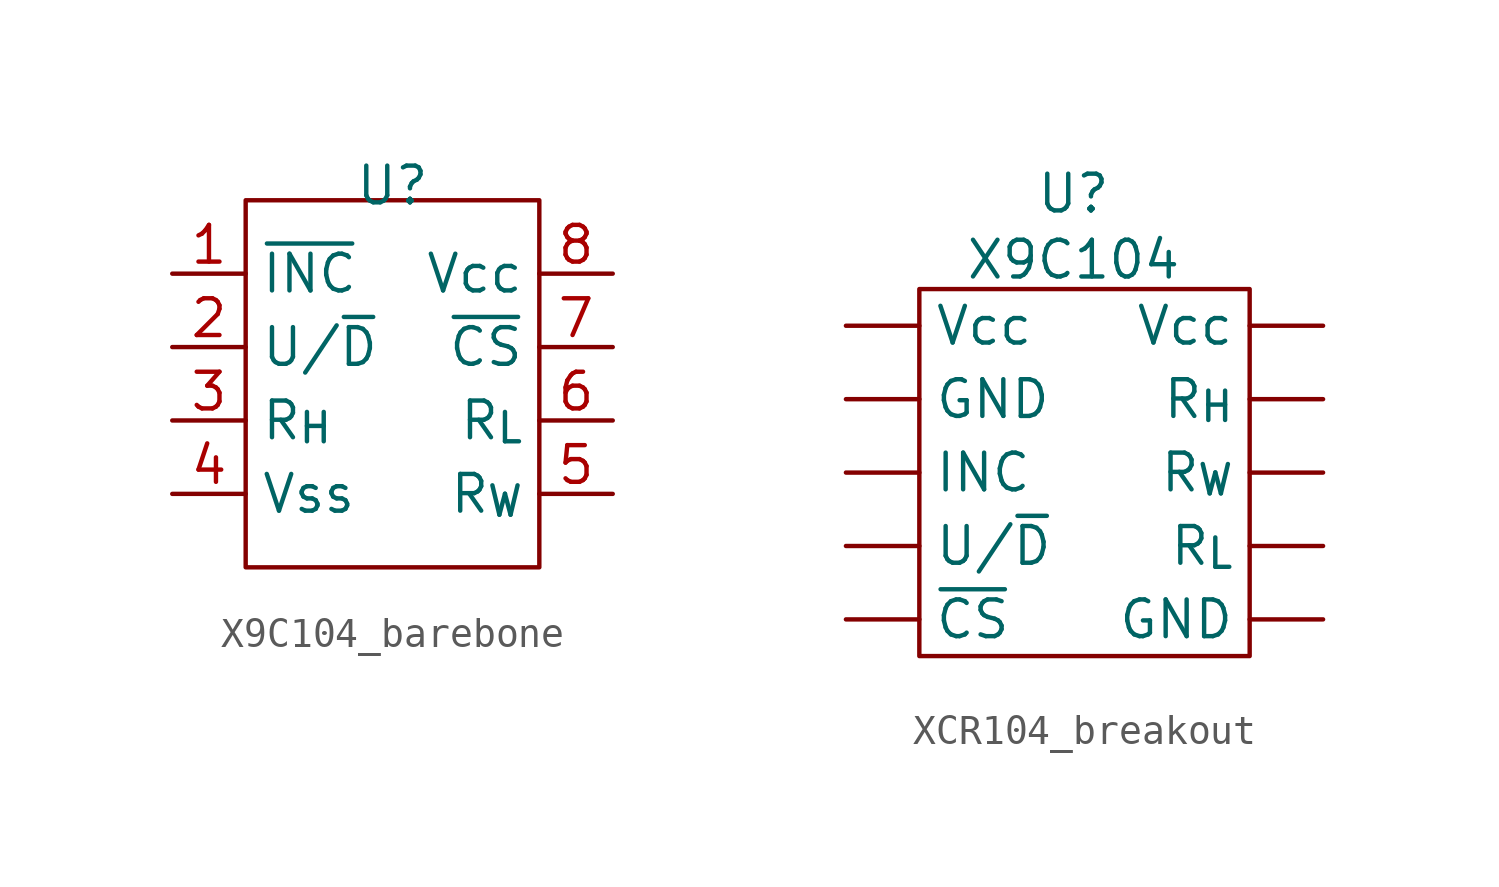
<source format=kicad_sym>
(kicad_symbol_lib
  (version 20231120)
  (generator "kicad_symbol_editor")
  (generator_version "8.0")
  (symbol "X9C104_barebone"
    (property "Reference" "U"
      (at 0 6.858 0)
      (effects (font (size 1.27 1.27))))
    (property "Value" ""
      (at 0 3.81 0)
      (effects (font (size 1.27 1.27))))
    (symbol "X9C104_barebone_0_1"
      (rectangle (start -5.08 6.35) (end 5.08 -6.35) (stroke (width 0) (type default)) (fill (type none))))
    (symbol "X9C104_barebone_1_1"
      (pin input line (at -7.62 3.81 0) (length 2.54) (name "~{INC}" (effects (font (size 1.27 1.27)))) (number "1" (effects (font (size 1.27 1.27)))))
      (pin input line (at -7.62 1.27 0) (length 2.54) (name "U/~{D}" (effects (font (size 1.27 1.27)))) (number "2" (effects (font (size 1.27 1.27)))))
      (pin input line (at -7.62 -1.27 0) (length 2.54) (name "R_{H}" (effects (font (size 1.27 1.27)))) (number "3" (effects (font (size 1.27 1.27)))))
      (pin input line (at -7.62 -3.81 0) (length 2.54) (name "Vss" (effects (font (size 1.27 1.27)))) (number "4" (effects (font (size 1.27 1.27)))))
      (pin input line (at 7.62 -3.81 180) (length 2.54) (name "R_{W}" (effects (font (size 1.27 1.27)))) (number "5" (effects (font (size 1.27 1.27)))))
      (pin input line (at 7.62 -1.27 180) (length 2.54) (name "R_{L}" (effects (font (size 1.27 1.27)))) (number "6" (effects (font (size 1.27 1.27)))))
      (pin input line (at 7.62 1.27 180) (length 2.54) (name "~{CS}" (effects (font (size 1.27 1.27)))) (number "7" (effects (font (size 1.27 1.27)))))
      (pin input line (at 7.62 3.81 180) (length 2.54) (name "Vcc" (effects (font (size 1.27 1.27)))) (number "8" (effects (font (size 1.27 1.27)))))))
  (symbol "XCR104_breakout"
    (property "Reference" "U"
      (at 5.334 3.302 0)
      (effects (font (size 1.27 1.27))))
    (property "Value" "X9C104"
      (at 5.334 1.016 0)
      (effects (font (size 1.27 1.27))))
    (symbol "XCR104_breakout_0_1"
      (rectangle (start 0 0) (end 11.43 -12.7) (stroke (width 0) (type default)) (fill (type none))))
    (symbol "XCR104_breakout_1_1"
      (pin power_in line (at -2.54 -3.81 0) (length 2.54) (name "GND" (effects (font (size 1.27 1.27)))) (number "" (effects (font (size 1.27 1.27)))))
      (pin power_in line (at 13.97 -11.43 180) (length 2.54) (name "GND" (effects (font (size 1.27 1.27)))) (number "" (effects (font (size 1.27 1.27)))))
      (pin input line (at -2.54 -6.35 0) (length 2.54) (name "INC" (effects (font (size 1.27 1.27)))) (number "" (effects (font (size 1.27 1.27)))))
      (pin passive line (at 13.97 -3.81 180) (length 2.54) (name "R_{H}" (effects (font (size 1.27 1.27)))) (number "" (effects (font (size 1.27 1.27)))))
      (pin passive line (at 13.97 -8.89 180) (length 2.54) (name "R_{L}" (effects (font (size 1.27 1.27)))) (number "" (effects (font (size 1.27 1.27)))))
      (pin passive line (at 13.97 -6.35 180) (length 2.54) (name "R_{W}" (effects (font (size 1.27 1.27)))) (number "" (effects (font (size 1.27 1.27)))))
      (pin input line (at -2.54 -8.89 0) (length 2.54) (name "U/~{D}" (effects (font (size 1.27 1.27)))) (number "" (effects (font (size 1.27 1.27)))))
      (pin power_in line (at -2.54 -1.27 0) (length 2.54) (name "Vcc" (effects (font (size 1.27 1.27)))) (number "" (effects (font (size 1.27 1.27)))))
      (pin power_in line (at 13.97 -1.27 180) (length 2.54) (name "Vcc" (effects (font (size 1.27 1.27)))) (number "" (effects (font (size 1.27 1.27)))))
      (pin input line (at -2.54 -11.43 0) (length 2.54) (name "~{CS}" (effects (font (size 1.27 1.27)))) (number "" (effects (font (size 1.27 1.27))))))))
</source>
